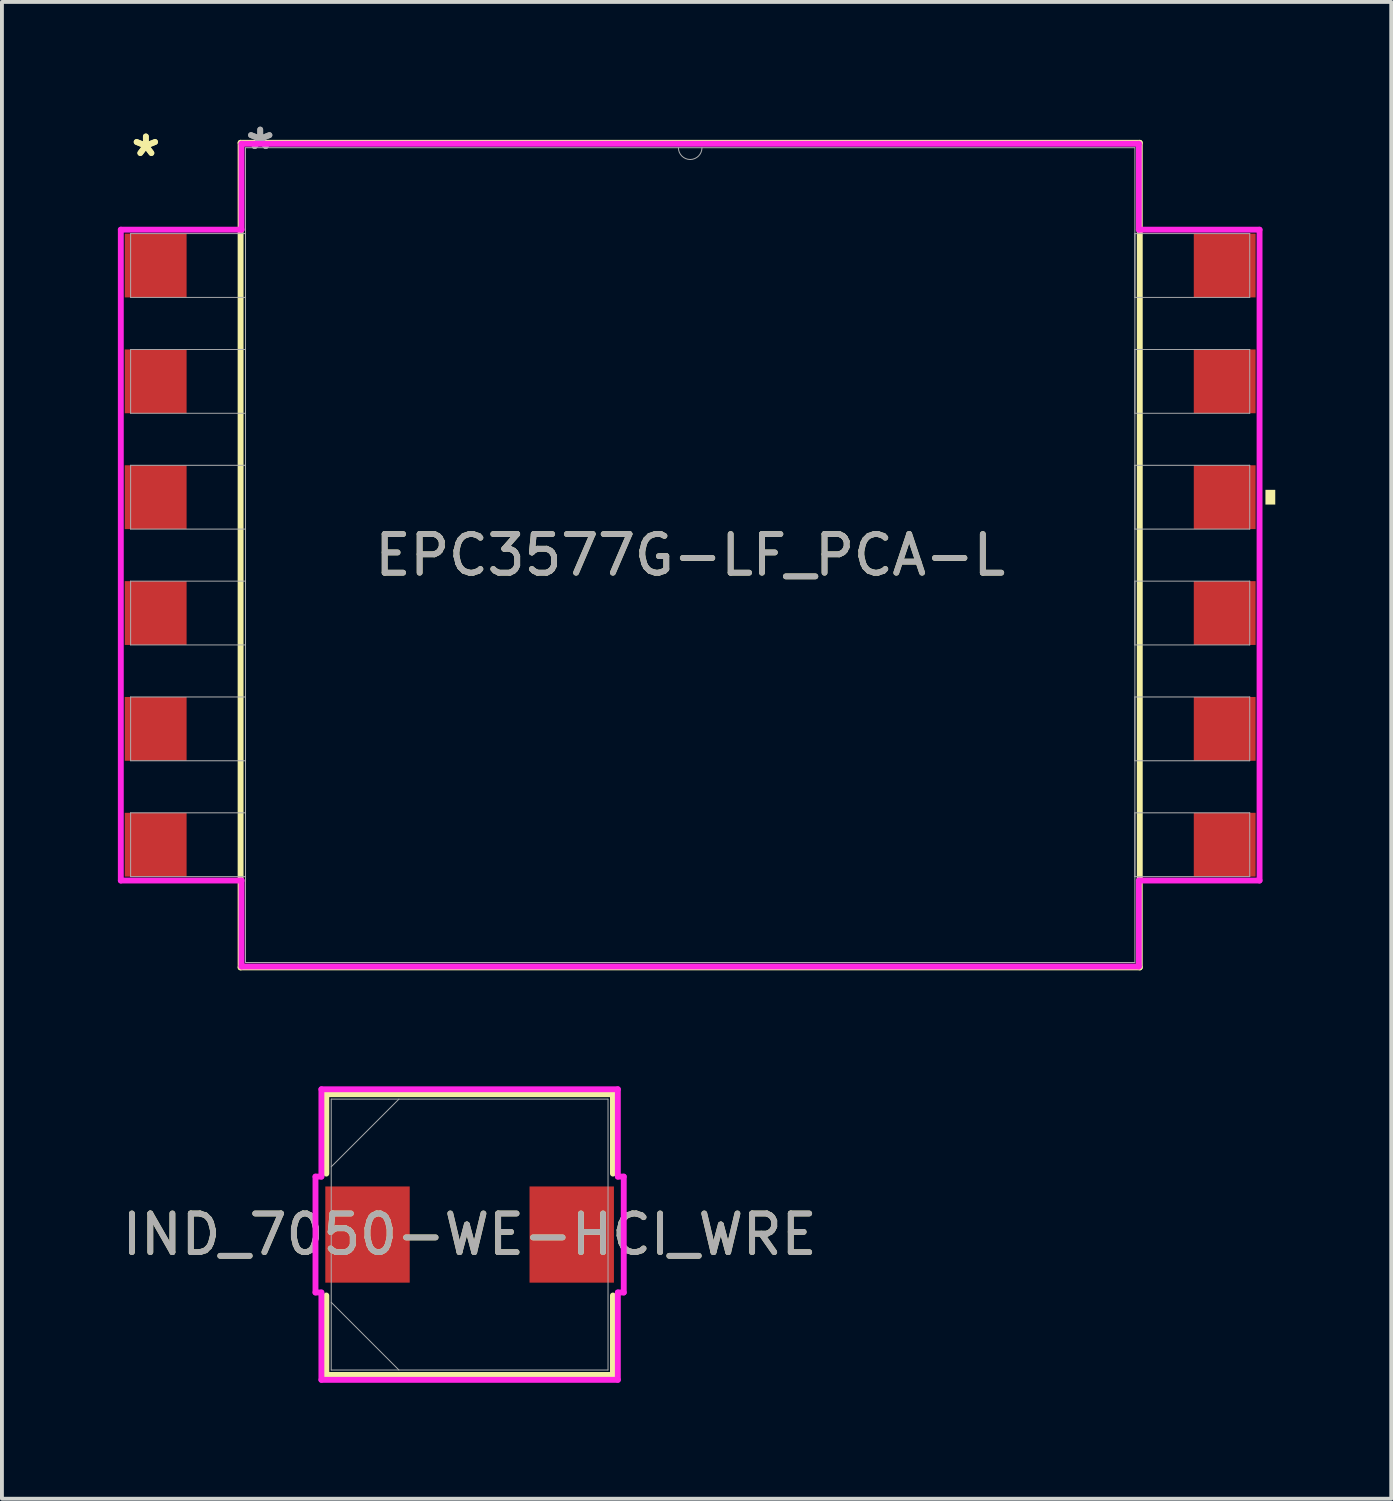
<source format=kicad_pcb>
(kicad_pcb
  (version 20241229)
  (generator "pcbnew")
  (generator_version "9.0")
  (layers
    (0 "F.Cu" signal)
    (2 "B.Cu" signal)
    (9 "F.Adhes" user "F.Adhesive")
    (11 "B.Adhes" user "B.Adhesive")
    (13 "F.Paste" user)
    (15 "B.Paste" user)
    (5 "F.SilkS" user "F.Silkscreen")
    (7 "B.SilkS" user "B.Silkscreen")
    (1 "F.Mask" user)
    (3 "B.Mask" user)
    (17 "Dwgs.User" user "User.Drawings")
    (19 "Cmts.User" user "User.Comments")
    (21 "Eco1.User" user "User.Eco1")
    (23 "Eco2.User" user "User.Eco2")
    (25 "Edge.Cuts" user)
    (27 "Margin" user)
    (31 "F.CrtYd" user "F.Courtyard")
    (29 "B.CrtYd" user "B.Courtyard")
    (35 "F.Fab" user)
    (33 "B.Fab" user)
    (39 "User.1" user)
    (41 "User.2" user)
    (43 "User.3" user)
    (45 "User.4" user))
  (footprint "EPC3577G-LF_PCA-L"
    (layer "F.Cu")
    (at 14.808 11.313)
    (property "Reference" "EPC3577G-LF_PCA-L" (at 0 0 0) (unlocked yes) (layer "F.SilkS") (effects (font (size 1 1) (thickness 0.15))))
    (attr smd)
    (fp_line (start -11.633 -10.668) (end -11.633 10.668) (stroke (width 0.152) (type solid)) (layer "F.SilkS"))
    (fp_line (start -11.633 10.668) (end 11.633 10.668) (stroke (width 0.152) (type solid)) (layer "F.SilkS"))
    (fp_line (start 11.633 -10.668) (end -11.633 -10.668) (stroke (width 0.152) (type solid)) (layer "F.SilkS"))
    (fp_line (start 11.633 10.668) (end 11.633 -10.668) (stroke (width 0.152) (type solid)) (layer "F.SilkS"))
    (fp_poly (pts (xy 15.138 -1.689) (xy 15.138 -1.308) (xy 14.884 -1.308) (xy 14.884 -1.689)) (stroke (width 0) (type solid)) (fill yes) (layer "F.SilkS"))
    (fp_line (start -14.732 -8.42) (end -11.608 -8.42) (stroke (width 0.152) (type solid)) (layer "F.CrtYd"))
    (fp_line (start -14.732 8.42) (end -14.732 -8.42) (stroke (width 0.152) (type solid)) (layer "F.CrtYd"))
    (fp_line (start -14.732 8.42) (end -11.608 8.42) (stroke (width 0.152) (type solid)) (layer "F.CrtYd"))
    (fp_line (start -11.608 -10.643) (end 11.608 -10.643) (stroke (width 0.152) (type solid)) (layer "F.CrtYd"))
    (fp_line (start -11.608 -8.42) (end -11.608 -10.643) (stroke (width 0.152) (type solid)) (layer "F.CrtYd"))
    (fp_line (start -11.608 10.643) (end -11.608 8.42) (stroke (width 0.152) (type solid)) (layer "F.CrtYd"))
    (fp_line (start 11.608 -10.643) (end 11.608 -8.42) (stroke (width 0.152) (type solid)) (layer "F.CrtYd"))
    (fp_line (start 11.608 8.42) (end 11.608 10.643) (stroke (width 0.152) (type solid)) (layer "F.CrtYd"))
    (fp_line (start 11.608 10.643) (end -11.608 10.643) (stroke (width 0.152) (type solid)) (layer "F.CrtYd"))
    (fp_line (start 14.732 -8.42) (end 11.608 -8.42) (stroke (width 0.152) (type solid)) (layer "F.CrtYd"))
    (fp_line (start 14.732 -8.42) (end 14.732 8.42) (stroke (width 0.152) (type solid)) (layer "F.CrtYd"))
    (fp_line (start 14.732 8.42) (end 11.608 8.42) (stroke (width 0.152) (type solid)) (layer "F.CrtYd"))
    (fp_line (start -14.478 -8.319) (end -14.478 -6.668) (stroke (width 0.025) (type solid)) (layer "F.Fab"))
    (fp_line (start -14.478 -6.668) (end -11.506 -6.668) (stroke (width 0.025) (type solid)) (layer "F.Fab"))
    (fp_line (start -14.478 -5.321) (end -14.478 -3.67) (stroke (width 0.025) (type solid)) (layer "F.Fab"))
    (fp_line (start -14.478 -3.67) (end -11.506 -3.67) (stroke (width 0.025) (type solid)) (layer "F.Fab"))
    (fp_line (start -14.478 -2.324) (end -14.478 -0.673) (stroke (width 0.025) (type solid)) (layer "F.Fab"))
    (fp_line (start -14.478 -0.673) (end -11.506 -0.673) (stroke (width 0.025) (type solid)) (layer "F.Fab"))
    (fp_line (start -14.478 0.673) (end -14.478 2.324) (stroke (width 0.025) (type solid)) (layer "F.Fab"))
    (fp_line (start -14.478 2.324) (end -11.506 2.324) (stroke (width 0.025) (type solid)) (layer "F.Fab"))
    (fp_line (start -14.478 3.67) (end -14.478 5.321) (stroke (width 0.025) (type solid)) (layer "F.Fab"))
    (fp_line (start -14.478 5.321) (end -11.506 5.321) (stroke (width 0.025) (type solid)) (layer "F.Fab"))
    (fp_line (start -14.478 6.668) (end -14.478 8.319) (stroke (width 0.025) (type solid)) (layer "F.Fab"))
    (fp_line (start -14.478 8.319) (end -11.506 8.319) (stroke (width 0.025) (type solid)) (layer "F.Fab"))
    (fp_line (start -11.506 -10.541) (end -11.506 10.541) (stroke (width 0.025) (type solid)) (layer "F.Fab"))
    (fp_line (start -11.506 -8.319) (end -14.478 -8.319) (stroke (width 0.025) (type solid)) (layer "F.Fab"))
    (fp_line (start -11.506 -6.668) (end -11.506 -8.319) (stroke (width 0.025) (type solid)) (layer "F.Fab"))
    (fp_line (start -11.506 -5.321) (end -14.478 -5.321) (stroke (width 0.025) (type solid)) (layer "F.Fab"))
    (fp_line (start -11.506 -3.67) (end -11.506 -5.321) (stroke (width 0.025) (type solid)) (layer "F.Fab"))
    (fp_line (start -11.506 -2.324) (end -14.478 -2.324) (stroke (width 0.025) (type solid)) (layer "F.Fab"))
    (fp_line (start -11.506 -0.673) (end -11.506 -2.324) (stroke (width 0.025) (type solid)) (layer "F.Fab"))
    (fp_line (start -11.506 0.673) (end -14.478 0.673) (stroke (width 0.025) (type solid)) (layer "F.Fab"))
    (fp_line (start -11.506 2.324) (end -11.506 0.673) (stroke (width 0.025) (type solid)) (layer "F.Fab"))
    (fp_line (start -11.506 3.67) (end -14.478 3.67) (stroke (width 0.025) (type solid)) (layer "F.Fab"))
    (fp_line (start -11.506 5.321) (end -11.506 3.67) (stroke (width 0.025) (type solid)) (layer "F.Fab"))
    (fp_line (start -11.506 6.668) (end -14.478 6.668) (stroke (width 0.025) (type solid)) (layer "F.Fab"))
    (fp_line (start -11.506 8.319) (end -11.506 6.668) (stroke (width 0.025) (type solid)) (layer "F.Fab"))
    (fp_line (start -11.506 10.541) (end 11.506 10.541) (stroke (width 0.025) (type solid)) (layer "F.Fab"))
    (fp_line (start 11.506 -10.541) (end -11.506 -10.541) (stroke (width 0.025) (type solid)) (layer "F.Fab"))
    (fp_line (start 11.506 -8.319) (end 11.506 -6.668) (stroke (width 0.025) (type solid)) (layer "F.Fab"))
    (fp_line (start 11.506 -6.668) (end 14.478 -6.668) (stroke (width 0.025) (type solid)) (layer "F.Fab"))
    (fp_line (start 11.506 -5.321) (end 11.506 -3.67) (stroke (width 0.025) (type solid)) (layer "F.Fab"))
    (fp_line (start 11.506 -3.67) (end 14.478 -3.67) (stroke (width 0.025) (type solid)) (layer "F.Fab"))
    (fp_line (start 11.506 -2.324) (end 11.506 -0.673) (stroke (width 0.025) (type solid)) (layer "F.Fab"))
    (fp_line (start 11.506 -0.673) (end 14.478 -0.673) (stroke (width 0.025) (type solid)) (layer "F.Fab"))
    (fp_line (start 11.506 0.673) (end 11.506 2.324) (stroke (width 0.025) (type solid)) (layer "F.Fab"))
    (fp_line (start 11.506 2.324) (end 14.478 2.324) (stroke (width 0.025) (type solid)) (layer "F.Fab"))
    (fp_line (start 11.506 3.67) (end 11.506 5.321) (stroke (width 0.025) (type solid)) (layer "F.Fab"))
    (fp_line (start 11.506 5.321) (end 14.478 5.321) (stroke (width 0.025) (type solid)) (layer "F.Fab"))
    (fp_line (start 11.506 6.668) (end 11.506 8.319) (stroke (width 0.025) (type solid)) (layer "F.Fab"))
    (fp_line (start 11.506 8.319) (end 14.478 8.319) (stroke (width 0.025) (type solid)) (layer "F.Fab"))
    (fp_line (start 11.506 10.541) (end 11.506 -10.541) (stroke (width 0.025) (type solid)) (layer "F.Fab"))
    (fp_line (start 14.478 -8.319) (end 11.506 -8.319) (stroke (width 0.025) (type solid)) (layer "F.Fab"))
    (fp_line (start 14.478 -6.668) (end 14.478 -8.319) (stroke (width 0.025) (type solid)) (layer "F.Fab"))
    (fp_line (start 14.478 -5.321) (end 11.506 -5.321) (stroke (width 0.025) (type solid)) (layer "F.Fab"))
    (fp_line (start 14.478 -3.67) (end 14.478 -5.321) (stroke (width 0.025) (type solid)) (layer "F.Fab"))
    (fp_line (start 14.478 -2.324) (end 11.506 -2.324) (stroke (width 0.025) (type solid)) (layer "F.Fab"))
    (fp_line (start 14.478 -0.673) (end 14.478 -2.324) (stroke (width 0.025) (type solid)) (layer "F.Fab"))
    (fp_line (start 14.478 0.673) (end 11.506 0.673) (stroke (width 0.025) (type solid)) (layer "F.Fab"))
    (fp_line (start 14.478 2.324) (end 14.478 0.673) (stroke (width 0.025) (type solid)) (layer "F.Fab"))
    (fp_line (start 14.478 3.67) (end 11.506 3.67) (stroke (width 0.025) (type solid)) (layer "F.Fab"))
    (fp_line (start 14.478 5.321) (end 14.478 3.67) (stroke (width 0.025) (type solid)) (layer "F.Fab"))
    (fp_line (start 14.478 6.668) (end 11.506 6.668) (stroke (width 0.025) (type solid)) (layer "F.Fab"))
    (fp_line (start 14.478 8.319) (end 14.478 6.668) (stroke (width 0.025) (type solid)) (layer "F.Fab"))
    (fp_arc (start 0.3048 -10.541) (mid 0 -10.2362) (end -0.3048 -10.541) (stroke (width 0.0254) (type solid)) (layer "F.Fab"))
    (fp_text user "*" (at -14.084 -10.287 0) (unlocked yes) (layer "F.SilkS") (effects (font (size 1 1) (thickness 0.15))))
    (fp_text user "*" (at -14.084 -10.287 0) (layer "F.SilkS") (effects (font (size 1 1) (thickness 0.15))))
    (fp_text user "${REFERENCE}" (at 0 0 0) (unlocked yes) (layer "F.Fab") (effects (font (size 1 1) (thickness 0.15))))
    (fp_text user "*" (at -11.125 -10.465 0) (layer "F.Fab") (effects (font (size 1 1) (thickness 0.15))))
    (fp_text user "*" (at -11.125 -10.465 0) (unlocked yes) (layer "F.Fab") (effects (font (size 1 1) (thickness 0.15))))
    (pad "1" smd rect (at -13.83 -7.493) (size 1.6 1.651) (layers "F.Cu" "F.Mask" "F.Paste"))
    (pad "2" smd rect (at -13.83 -4.496) (size 1.6 1.651) (layers "F.Cu" "F.Mask" "F.Paste"))
    (pad "3" smd rect (at -13.83 -1.499) (size 1.6 1.651) (layers "F.Cu" "F.Mask" "F.Paste"))
    (pad "4" smd rect (at -13.83 1.499) (size 1.6 1.651) (layers "F.Cu" "F.Mask" "F.Paste"))
    (pad "5" smd rect (at -13.83 4.496) (size 1.6 1.651) (layers "F.Cu" "F.Mask" "F.Paste"))
    (pad "6" smd rect (at -13.83 7.493) (size 1.6 1.651) (layers "F.Cu" "F.Mask" "F.Paste"))
    (pad "7" smd rect (at 13.83 7.493) (size 1.6 1.651) (layers "F.Cu" "F.Mask" "F.Paste"))
    (pad "8" smd rect (at 13.83 4.496) (size 1.6 1.651) (layers "F.Cu" "F.Mask" "F.Paste"))
    (pad "9" smd rect (at 13.83 1.499) (size 1.6 1.651) (layers "F.Cu" "F.Mask" "F.Paste"))
    (pad "10" smd rect (at 13.83 -1.499) (size 1.6 1.651) (layers "F.Cu" "F.Mask" "F.Paste"))
    (pad "11" smd rect (at 13.83 -4.496) (size 1.6 1.651) (layers "F.Cu" "F.Mask" "F.Paste"))
    (pad "12" smd rect (at 13.83 -7.493) (size 1.6 1.651) (layers "F.Cu" "F.Mask" "F.Paste")))
  (footprint "IND_7050-WE-HCI_WRE"
    (layer "F.Cu")
    (at 9.101 28.893)
    (property "Reference" "IND_7050-WE-HCI_WRE" (at 0 0 0) (unlocked yes) (layer "F.SilkS") (effects (font (size 1 1) (thickness 0.15))))
    (attr smd)
    (fp_line (start -3.708 -3.632) (end -3.708 -1.577) (stroke (width 0.152) (type solid)) (layer "F.SilkS"))
    (fp_line (start -3.708 1.577) (end -3.708 3.632) (stroke (width 0.152) (type solid)) (layer "F.SilkS"))
    (fp_line (start -3.708 3.632) (end 3.708 3.632) (stroke (width 0.152) (type solid)) (layer "F.SilkS"))
    (fp_line (start 3.708 -3.632) (end -3.708 -3.632) (stroke (width 0.152) (type solid)) (layer "F.SilkS"))
    (fp_line (start 3.708 -1.577) (end 3.708 -3.632) (stroke (width 0.152) (type solid)) (layer "F.SilkS"))
    (fp_line (start 3.708 3.632) (end 3.708 1.577) (stroke (width 0.152) (type solid)) (layer "F.SilkS"))
    (fp_line (start -3.988 -1.499) (end -3.835 -1.499) (stroke (width 0.152) (type solid)) (layer "F.CrtYd"))
    (fp_line (start -3.988 1.499) (end -3.988 -1.499) (stroke (width 0.152) (type solid)) (layer "F.CrtYd"))
    (fp_line (start -3.835 -3.759) (end 3.835 -3.759) (stroke (width 0.152) (type solid)) (layer "F.CrtYd"))
    (fp_line (start -3.835 -1.499) (end -3.835 -3.759) (stroke (width 0.152) (type solid)) (layer "F.CrtYd"))
    (fp_line (start -3.835 1.499) (end -3.988 1.499) (stroke (width 0.152) (type solid)) (layer "F.CrtYd"))
    (fp_line (start -3.835 1.499) (end -3.835 3.759) (stroke (width 0.152) (type solid)) (layer "F.CrtYd"))
    (fp_line (start -3.835 3.759) (end 3.835 3.759) (stroke (width 0.152) (type solid)) (layer "F.CrtYd"))
    (fp_line (start 3.835 -3.759) (end 3.835 -1.499) (stroke (width 0.152) (type solid)) (layer "F.CrtYd"))
    (fp_line (start 3.835 -1.499) (end 3.988 -1.499) (stroke (width 0.152) (type solid)) (layer "F.CrtYd"))
    (fp_line (start 3.835 1.499) (end 3.988 1.499) (stroke (width 0.152) (type solid)) (layer "F.CrtYd"))
    (fp_line (start 3.835 3.759) (end 3.835 1.499) (stroke (width 0.152) (type solid)) (layer "F.CrtYd"))
    (fp_line (start 3.988 -1.499) (end 3.988 1.499) (stroke (width 0.152) (type solid)) (layer "F.CrtYd"))
    (fp_line (start -3.581 -3.505) (end -3.581 3.505) (stroke (width 0.025) (type solid)) (layer "F.Fab"))
    (fp_line (start -3.581 -1.753) (end -1.829 -3.505) (stroke (width 0.025) (type solid)) (layer "F.Fab"))
    (fp_line (start -3.581 1.753) (end -1.829 3.505) (stroke (width 0.025) (type solid)) (layer "F.Fab"))
    (fp_line (start -3.581 3.505) (end 3.581 3.505) (stroke (width 0.025) (type solid)) (layer "F.Fab"))
    (fp_line (start 3.581 -3.505) (end -3.581 -3.505) (stroke (width 0.025) (type solid)) (layer "F.Fab"))
    (fp_line (start 3.581 3.505) (end 3.581 -3.505) (stroke (width 0.025) (type solid)) (layer "F.Fab"))
    (fp_text user "${REFERENCE}" (at 0 0 0) (unlocked yes) (layer "F.Fab") (effects (font (size 1 1) (thickness 0.15))))
    (pad "1" smd rect (at -2.642 0 90) (size 2.489 2.184) (layers "F.Cu" "F.Mask" "F.Paste"))
    (pad "2" smd rect (at 2.642 0 90) (size 2.489 2.184) (layers "F.Cu" "F.Mask" "F.Paste")))
  (gr_rect
    (start -3 -3)
    (end 32.947 35.728)
    (stroke (width 0.1) (type default))
    (fill no)
    (layer "Edge.Cuts")))
</source>
